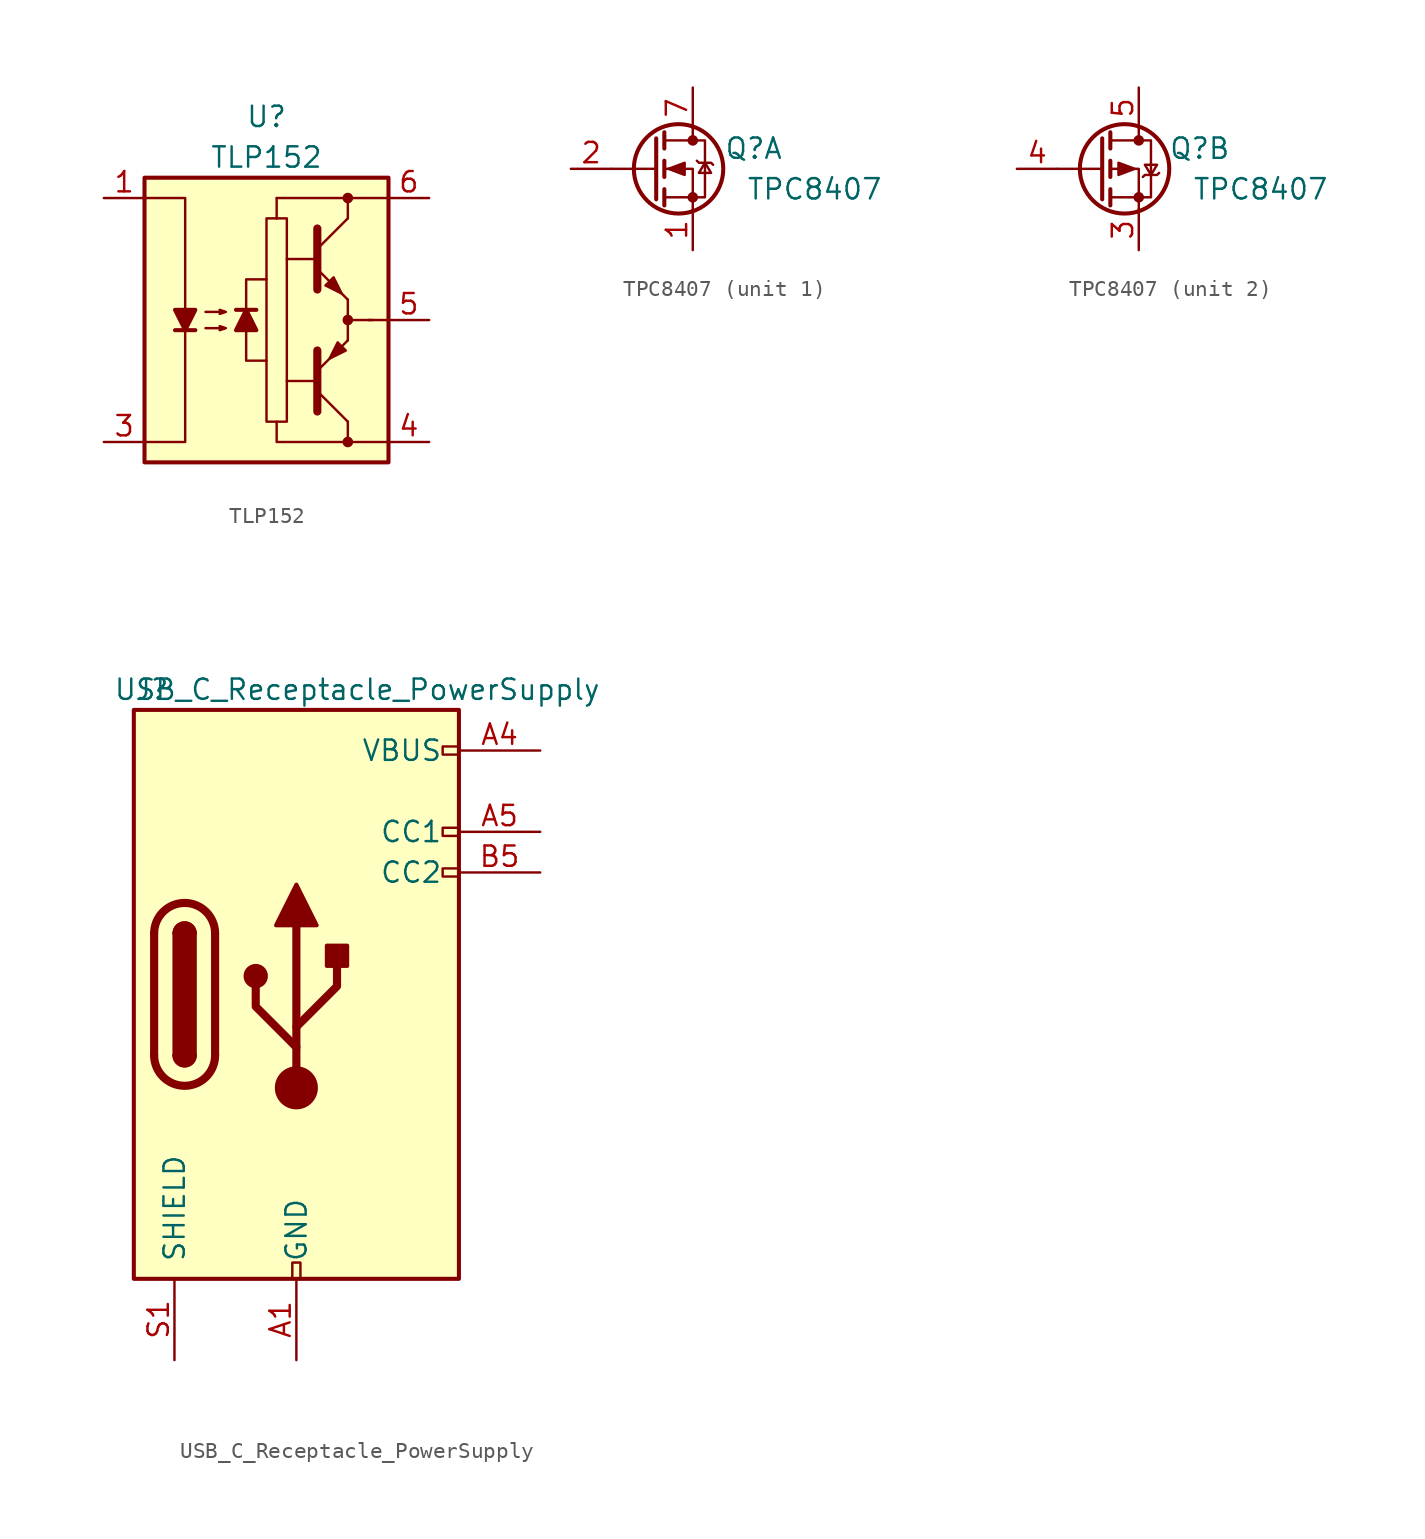
<source format=kicad_sym>
(kicad_symbol_lib
  (version 20220914)
  (generator kicad_symbol_editor)
  (symbol "TLP152"
    (pin_names hide)
    (property "Reference" "U"
      (at 0 12.7 0)
      (effects (font (size 1.27 1.27))))
    (property "Value" "TLP152"
      (at 0 10.16 0)
      (effects (font (size 1.27 1.27))))
    (symbol "TLP152_0_1"
      (rectangle (start -7.62 8.89) (end 7.62 -8.89) (stroke (width 0.254) (type default)) (fill (type background)))
      (polyline (pts (xy -5.715 -0.635) (xy -4.445 -0.635)) (stroke (width 0.254) (type default)) (fill (type none)))
      (polyline (pts (xy -0.635 0.635) (xy -1.905 0.635)) (stroke (width 0.254) (type default)) (fill (type none)))
      (polyline (pts (xy 3.048 -3.81) (xy 1.27 -3.81)) (stroke (width 0) (type default)) (fill (type none)))
      (polyline (pts (xy 3.048 3.81) (xy 1.27 3.81)) (stroke (width 0) (type default)) (fill (type none)))
      (polyline (pts (xy 3.175 -4.445) (xy 5.08 -6.35)) (stroke (width 0) (type default)) (fill (type none)))
      (polyline (pts (xy 3.175 4.445) (xy 5.08 6.35)) (stroke (width 0) (type default)) (fill (type none)))
      (polyline (pts (xy 5.08 -6.35) (xy 5.08 -7.62)) (stroke (width 0) (type default)) (fill (type none)))
      (polyline (pts (xy 5.08 -1.27) (xy 3.175 -3.175)) (stroke (width 0) (type default)) (fill (type outline)))
      (polyline (pts (xy 5.08 0) (xy 6.604 0)) (stroke (width 0) (type default)) (fill (type none)))
      (polyline (pts (xy 5.08 1.27) (xy 3.175 3.175)) (stroke (width 0) (type default)) (fill (type outline)))
      (polyline (pts (xy 5.08 6.35) (xy 5.08 7.62)) (stroke (width 0) (type default)) (fill (type none)))
      (polyline (pts (xy 6.35 0) (xy 7.62 0)) (stroke (width 0) (type default)) (fill (type none)))
      (polyline (pts (xy 7.62 7.62) (xy 0.635 7.62)) (stroke (width 0) (type default)) (fill (type none)))
      (polyline (pts (xy -1.27 -0.635) (xy -1.27 -2.54) (xy 0 -2.54)) (stroke (width 0) (type default)) (fill (type none)))
      (polyline (pts (xy -1.27 0.635) (xy -1.27 2.54) (xy 0 2.54)) (stroke (width 0) (type default)) (fill (type none)))
      (polyline (pts (xy 0.635 -6.35) (xy 0.635 -7.62) (xy 7.62 -7.62)) (stroke (width 0) (type default)) (fill (type none)))
      (polyline (pts (xy 3.175 -5.715) (xy 3.175 -1.905) (xy 3.175 -1.905)) (stroke (width 0.508) (type default)) (fill (type none)))
      (polyline (pts (xy 3.175 5.715) (xy 3.175 1.905) (xy 3.175 1.905)) (stroke (width 0.508) (type default)) (fill (type none)))
      (polyline (pts (xy -7.62 7.62) (xy -5.08 7.62) (xy -5.08 -7.62) (xy -7.62 -7.62)) (stroke (width 0) (type default)) (fill (type none)))
      (polyline (pts (xy -5.08 -0.635) (xy -5.715 0.635) (xy -4.445 0.635) (xy -5.08 -0.635)) (stroke (width 0.254) (type default)) (fill (type outline)))
      (polyline (pts (xy -1.27 0.635) (xy -0.635 -0.635) (xy -1.905 -0.635) (xy -1.27 0.635)) (stroke (width 0.254) (type default)) (fill (type outline)))
      (polyline (pts (xy -3.81 -0.508) (xy -2.54 -0.508) (xy -2.921 -0.635) (xy -2.921 -0.381) (xy -2.54 -0.508)) (stroke (width 0) (type default)) (fill (type none)))
      (polyline (pts (xy -3.81 0.508) (xy -2.54 0.508) (xy -2.921 0.381) (xy -2.921 0.635) (xy -2.54 0.508)) (stroke (width 0) (type default)) (fill (type none)))
      (polyline (pts (xy 1.27 6.35) (xy 1.27 -6.35) (xy 0 -6.35) (xy 0 6.35) (xy 1.27 6.35)) (stroke (width 0) (type default)) (fill (type none)))
      (polyline (pts (xy 3.683 2.159) (xy 4.191 2.667) (xy 4.699 1.651) (xy 3.683 2.159) (xy 3.683 2.159)) (stroke (width 0) (type default)) (fill (type outline)))
      (polyline (pts (xy 4.953 -1.905) (xy 4.445 -1.397) (xy 3.937 -2.413) (xy 4.953 -1.905) (xy 4.953 -1.905)) (stroke (width 0) (type default)) (fill (type outline)))
      (rectangle (start 0.635 6.35) (end 0.635 6.35) (stroke (width 0) (type default)) (fill (type none)))
      (rectangle (start 0.635 6.35) (end 0.635 7.62) (stroke (width 0) (type default)) (fill (type none)))
      (circle (center 5.08 -7.62) (radius 0.254) (stroke (width 0) (type default)) (fill (type outline)))
      (circle (center 5.08 0) (radius 0.254) (stroke (width 0) (type default)) (fill (type outline)))
      (rectangle (start 5.08 1.27) (end 5.08 -1.27) (stroke (width 0) (type default)) (fill (type none)))
      (circle (center 5.08 7.62) (radius 0.254) (stroke (width 0) (type default)) (fill (type outline))))
    (symbol "TLP152_1_1"
      (pin passive line (at -10.16 7.62 0) (length 2.54) (name "A" (effects (font (size 1.27 1.27)))) (number "1" (effects (font (size 1.27 1.27)))))
      (pin no_connect line (at -7.62 0 0) (length 2.54) hide (name "NC" (effects (font (size 1.27 1.27)))) (number "2" (effects (font (size 1.27 1.27)))))
      (pin passive line (at -10.16 -7.62 0) (length 2.54) (name "C" (effects (font (size 1.27 1.27)))) (number "3" (effects (font (size 1.27 1.27)))))
      (pin power_in line (at 10.16 -7.62 180) (length 2.54) (name "VEE" (effects (font (size 1.27 1.27)))) (number "4" (effects (font (size 1.27 1.27)))))
      (pin output line (at 10.16 0 180) (length 2.54) (name "VO" (effects (font (size 1.27 1.27)))) (number "5" (effects (font (size 1.27 1.27)))))
      (pin power_in line (at 10.16 7.62 180) (length 2.54) (name "VCC" (effects (font (size 1.27 1.27)))) (number "6" (effects (font (size 1.27 1.27)))))))
  (symbol "TPC8407"
    (property "Reference" "Q"
      (at 3.81 1.27 0)
      (effects (font (size 1.27 1.27))))
    (property "Value" "TPC8407"
      (at 7.62 -1.27 0)
      (effects (font (size 1.27 1.27))))
    (property "ki_locked" ""
      (at 0 0 0)
      (effects (font (size 1.27 1.27))))
    (symbol "TPC8407_1_1"
      (circle (center -0.889 0) (radius 2.794) (stroke (width 0.254) (type default)) (fill (type none)))
      (circle (center 0 -1.778) (radius 0.254) (stroke (width 0) (type default)) (fill (type outline)))
      (polyline (pts (xy -2.286 0) (xy -5.08 0)) (stroke (width 0) (type default)) (fill (type none)))
      (polyline (pts (xy -2.286 1.905) (xy -2.286 -1.905)) (stroke (width 0.254) (type default)) (fill (type none)))
      (polyline (pts (xy -1.778 -1.27) (xy -1.778 -2.286)) (stroke (width 0.254) (type default)) (fill (type none)))
      (polyline (pts (xy -1.778 0.508) (xy -1.778 -0.508)) (stroke (width 0.254) (type default)) (fill (type none)))
      (polyline (pts (xy -1.778 2.286) (xy -1.778 1.27)) (stroke (width 0.254) (type default)) (fill (type none)))
      (polyline (pts (xy 0 2.54) (xy 0 1.778)) (stroke (width 0) (type default)) (fill (type none)))
      (polyline (pts (xy 0 -2.54) (xy 0 0) (xy -1.778 0)) (stroke (width 0) (type default)) (fill (type none)))
      (polyline (pts (xy -1.778 -1.778) (xy 0.762 -1.778) (xy 0.762 1.778) (xy -1.778 1.778)) (stroke (width 0) (type default)) (fill (type none)))
      (polyline (pts (xy -1.524 0) (xy -0.508 0.381) (xy -0.508 -0.381) (xy -1.524 0)) (stroke (width 0) (type default)) (fill (type outline)))
      (polyline (pts (xy 0.254 0.508) (xy 0.381 0.381) (xy 1.143 0.381) (xy 1.27 0.254)) (stroke (width 0) (type default)) (fill (type none)))
      (polyline (pts (xy 0.762 0.381) (xy 0.381 -0.254) (xy 1.143 -0.254) (xy 0.762 0.381)) (stroke (width 0) (type default)) (fill (type none)))
      (circle (center 0 1.778) (radius 0.254) (stroke (width 0) (type default)) (fill (type outline)))
      (pin passive line (at 0 -5.08 90) (length 2.54) (name "" (effects (font (size 1.27 1.27)))) (number "1" (effects (font (size 1.27 1.27)))))
      (pin input line (at -7.62 0 0) (length 2.54) (name "" (effects (font (size 1.27 1.27)))) (number "2" (effects (font (size 1.27 1.27)))))
      (pin passive line (at 0 5.08 270) (length 2.54) (name "" (effects (font (size 1.27 1.27)))) (number "7" (effects (font (size 1.27 1.27)))))
      (pin passive line (at 0 5.08 270) (length 2.54) hide (name "" (effects (font (size 1.27 1.27)))) (number "8" (effects (font (size 1.27 1.27))))))
    (symbol "TPC8407_2_1"
      (circle (center -0.889 0) (radius 2.794) (stroke (width 0.254) (type default)) (fill (type none)))
      (circle (center 0 -1.778) (radius 0.254) (stroke (width 0) (type default)) (fill (type outline)))
      (polyline (pts (xy -2.286 0) (xy -5.08 0)) (stroke (width 0) (type default)) (fill (type none)))
      (polyline (pts (xy -2.286 1.905) (xy -2.286 -1.905)) (stroke (width 0.254) (type default)) (fill (type none)))
      (polyline (pts (xy -1.778 -1.27) (xy -1.778 -2.286)) (stroke (width 0.254) (type default)) (fill (type none)))
      (polyline (pts (xy -1.778 0.508) (xy -1.778 -0.508)) (stroke (width 0.254) (type default)) (fill (type none)))
      (polyline (pts (xy -1.778 2.286) (xy -1.778 1.27)) (stroke (width 0.254) (type default)) (fill (type none)))
      (polyline (pts (xy 0 2.54) (xy 0 1.778)) (stroke (width 0) (type default)) (fill (type none)))
      (polyline (pts (xy 0 -2.54) (xy 0 0) (xy -1.778 0)) (stroke (width 0) (type default)) (fill (type none)))
      (polyline (pts (xy -1.778 1.778) (xy 0.762 1.778) (xy 0.762 -1.778) (xy -1.778 -1.778)) (stroke (width 0) (type default)) (fill (type none)))
      (polyline (pts (xy -0.254 0) (xy -1.27 0.381) (xy -1.27 -0.381) (xy -0.254 0)) (stroke (width 0) (type default)) (fill (type outline)))
      (polyline (pts (xy 0.254 -0.508) (xy 0.381 -0.381) (xy 1.143 -0.381) (xy 1.27 -0.254)) (stroke (width 0) (type default)) (fill (type none)))
      (polyline (pts (xy 0.762 -0.381) (xy 0.381 0.254) (xy 1.143 0.254) (xy 0.762 -0.381)) (stroke (width 0) (type default)) (fill (type none)))
      (circle (center 0 1.778) (radius 0.254) (stroke (width 0) (type default)) (fill (type outline)))
      (pin passive line (at 0 -5.08 90) (length 2.54) (name "" (effects (font (size 1.27 1.27)))) (number "3" (effects (font (size 1.27 1.27)))))
      (pin input line (at -7.62 0 0) (length 2.54) (name "" (effects (font (size 1.27 1.27)))) (number "4" (effects (font (size 1.27 1.27)))))
      (pin passive line (at 0 5.08 270) (length 2.54) (name "" (effects (font (size 1.27 1.27)))) (number "5" (effects (font (size 1.27 1.27)))))
      (pin passive line (at 0 5.08 270) (length 2.54) hide (name "" (effects (font (size 1.27 1.27)))) (number "6" (effects (font (size 1.27 1.27)))))))
  (symbol "USB_C_Receptacle_PowerSupply"
    (pin_names
      (offset 1.016))
    (property "Reference" "J"
      (at -10.16 19.05 0)
      (effects (font (size 1.27 1.27)) (justify left)))
    (property "Value" "USB_C_Receptacle_PowerSupply"
      (at 19.05 19.05 0)
      (effects (font (size 1.27 1.27)) (justify right)))
    (symbol "USB_C_Receptacle_PowerSupply_0_0"
      (rectangle (start -0.254 -17.78) (end 0.254 -16.764) (stroke (width 0) (type solid)) (fill (type none)))
      (rectangle (start 10.16 7.874) (end 9.144 7.366) (stroke (width 0) (type solid)) (fill (type none)))
      (rectangle (start 10.16 10.414) (end 9.144 9.906) (stroke (width 0) (type solid)) (fill (type none)))
      (rectangle (start 10.16 15.494) (end 9.144 14.986) (stroke (width 0) (type solid)) (fill (type none))))
    (symbol "USB_C_Receptacle_PowerSupply_0_1"
      (rectangle (start -10.16 17.78) (end 10.16 -17.78) (stroke (width 0.254) (type solid)) (fill (type background)))
      (arc (start -8.89 -3.81) (mid -6.985 -5.7067) (end -5.08 -3.81) (stroke (width 0.508) (type solid)) (fill (type none)))
      (arc (start -7.62 -3.81) (mid -6.985 -4.4423) (end -6.35 -3.81) (stroke (width 0.254) (type solid)) (fill (type none)))
      (arc (start -7.62 -3.81) (mid -6.985 -4.4423) (end -6.35 -3.81) (stroke (width 0.254) (type solid)) (fill (type outline)))
      (rectangle (start -7.62 -3.81) (end -6.35 3.81) (stroke (width 0.254) (type solid)) (fill (type outline)))
      (arc (start -6.35 3.81) (mid -6.985 4.4423) (end -7.62 3.81) (stroke (width 0.254) (type solid)) (fill (type none)))
      (arc (start -6.35 3.81) (mid -6.985 4.4423) (end -7.62 3.81) (stroke (width 0.254) (type solid)) (fill (type outline)))
      (arc (start -5.08 3.81) (mid -6.985 5.7067) (end -8.89 3.81) (stroke (width 0.508) (type solid)) (fill (type none)))
      (circle (center -2.54 1.143) (radius 0.635) (stroke (width 0.254) (type solid)) (fill (type outline)))
      (circle (center 0 -5.842) (radius 1.27) (stroke (width 0) (type solid)) (fill (type outline)))
      (polyline (pts (xy -8.89 -3.81) (xy -8.89 3.81)) (stroke (width 0.508) (type solid)) (fill (type none)))
      (polyline (pts (xy -5.08 3.81) (xy -5.08 -3.81)) (stroke (width 0.508) (type solid)) (fill (type none)))
      (polyline (pts (xy 0 -5.842) (xy 0 4.318)) (stroke (width 0.508) (type solid)) (fill (type none)))
      (polyline (pts (xy 0 -3.302) (xy -2.54 -0.762) (xy -2.54 0.508)) (stroke (width 0.508) (type solid)) (fill (type none)))
      (polyline (pts (xy 0 -2.032) (xy 2.54 0.508) (xy 2.54 1.778)) (stroke (width 0.508) (type solid)) (fill (type none)))
      (polyline (pts (xy -1.27 4.318) (xy 0 6.858) (xy 1.27 4.318) (xy -1.27 4.318)) (stroke (width 0.254) (type solid)) (fill (type outline)))
      (rectangle (start 1.905 1.778) (end 3.175 3.048) (stroke (width 0.254) (type solid)) (fill (type outline))))
    (symbol "USB_C_Receptacle_PowerSupply_1_1"
      (pin passive line (at 0 -22.86 90) (length 5.08) (name "GND" (effects (font (size 1.27 1.27)))) (number "A1" (effects (font (size 1.27 1.27)))))
      (pin passive line (at 0 -22.86 90) (length 5.08) hide (name "GND" (effects (font (size 1.27 1.27)))) (number "A12" (effects (font (size 1.27 1.27)))))
      (pin passive line (at 15.24 15.24 180) (length 5.08) (name "VBUS" (effects (font (size 1.27 1.27)))) (number "A4" (effects (font (size 1.27 1.27)))))
      (pin bidirectional line (at 15.24 10.16 180) (length 5.08) (name "CC1" (effects (font (size 1.27 1.27)))) (number "A5" (effects (font (size 1.27 1.27)))))
      (pin passive line (at 15.24 15.24 180) (length 5.08) hide (name "VBUS" (effects (font (size 1.27 1.27)))) (number "A9" (effects (font (size 1.27 1.27)))))
      (pin passive line (at 0 -22.86 90) (length 5.08) hide (name "GND" (effects (font (size 1.27 1.27)))) (number "B1" (effects (font (size 1.27 1.27)))))
      (pin passive line (at 0 -22.86 90) (length 5.08) hide (name "GND" (effects (font (size 1.27 1.27)))) (number "B12" (effects (font (size 1.27 1.27)))))
      (pin passive line (at 15.24 15.24 180) (length 5.08) hide (name "VBUS" (effects (font (size 1.27 1.27)))) (number "B4" (effects (font (size 1.27 1.27)))))
      (pin bidirectional line (at 15.24 7.62 180) (length 5.08) (name "CC2" (effects (font (size 1.27 1.27)))) (number "B5" (effects (font (size 1.27 1.27)))))
      (pin passive line (at 15.24 15.24 180) (length 5.08) hide (name "VBUS" (effects (font (size 1.27 1.27)))) (number "B9" (effects (font (size 1.27 1.27)))))
      (pin passive line (at -7.62 -22.86 90) (length 5.08) (name "SHIELD" (effects (font (size 1.27 1.27)))) (number "S1" (effects (font (size 1.27 1.27))))))))
</source>
